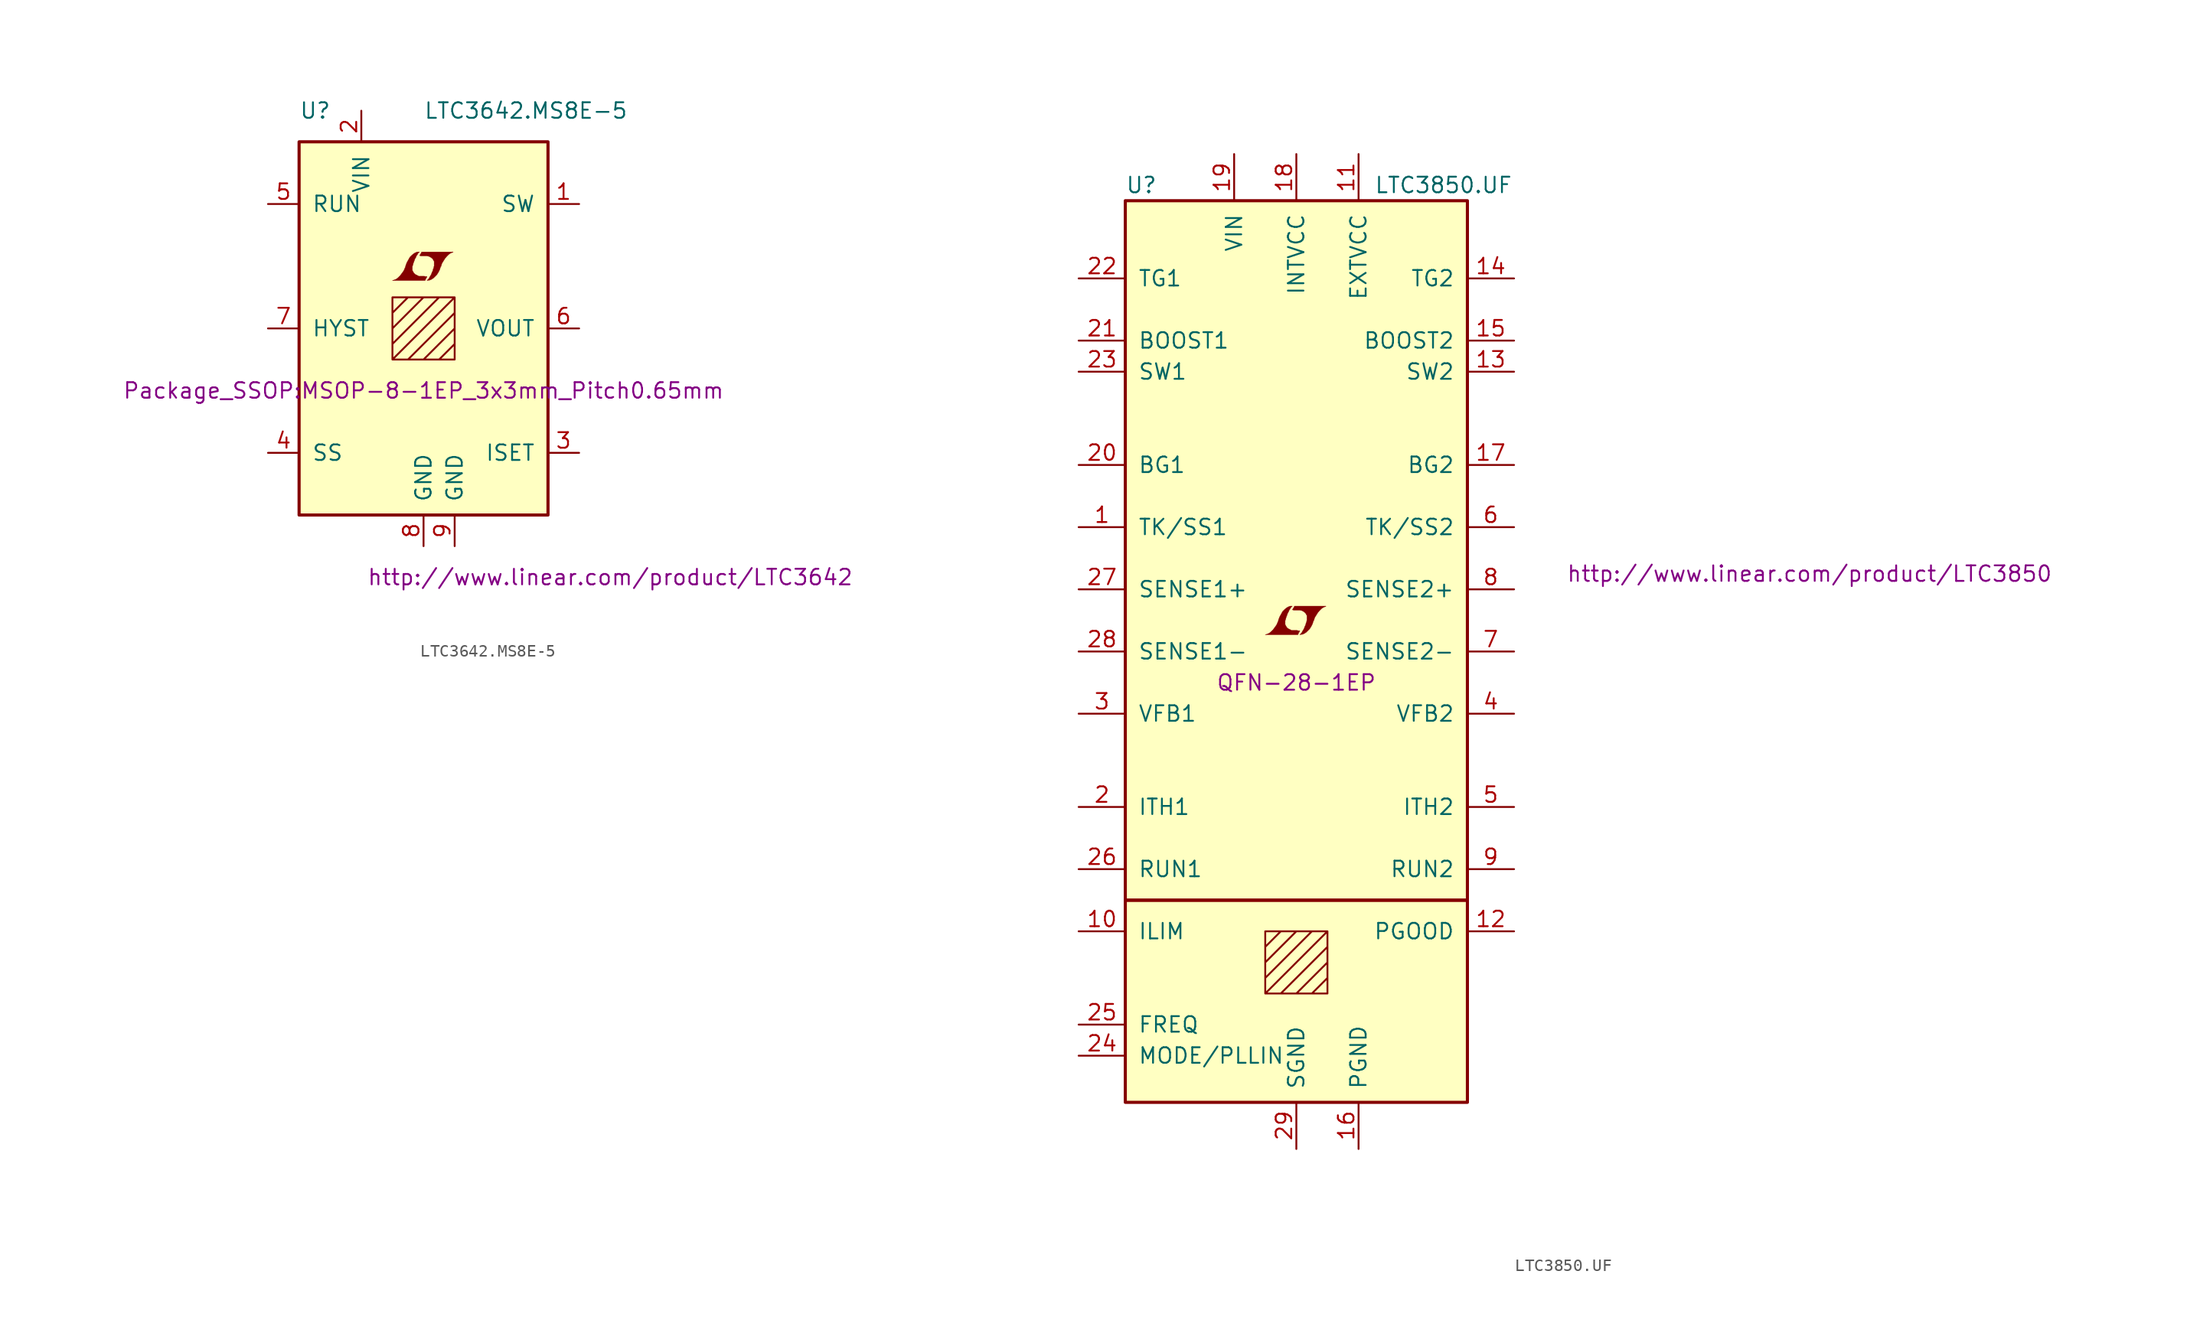
<source format=kicad_sym>
(kicad_symbol_lib
  (version 20201005)
  (generator kicad_symbol_editor)
  (symbol "LTC3642.MS8E-5"
    (pin_names
      (offset 1.016))
    (property "Reference" "U"
      (at -10.16 17.78 0)
      (effects (font (size 1.27 1.27)) (justify left)))
    (property "Value" "LTC3642.MS8E-5"
      (at 0 17.78 0)
      (effects (font (size 1.27 1.27)) (justify left)))
    (property "Footprint" "Package_SSOP:MSOP-8-1EP_3x3mm_Pitch0.65mm"
      (at 0 -5.08 0)
      (effects (font (size 1.27 1.27))))
    (property "Datasheet" "http://www.linear.com/product/LTC3642"
      (at 15.24 -20.32 0)
      (effects (font (size 1.27 1.27))))
    (symbol "LTC3642.MS8E-5_0_0"
      (polyline (pts (xy 0.203 4.089) (xy 0.229 4.115) (xy 0.279 4.216) (xy 0.279 4.242) (xy 0.152 4.242) (xy 0.051 4.267) (xy -0.406 4.267) (xy -0.432 4.293) (xy -0.686 4.42) (xy -0.787 4.521) (xy -0.864 4.648) (xy -0.914 4.75) (xy -0.914 5.055) (xy -0.864 5.207) (xy -0.838 5.309) (xy -0.813 5.385) (xy -0.762 5.512) (xy -0.711 5.664) (xy -0.635 5.791) (xy -0.584 5.918) (xy -0.508 6.02) (xy -0.457 6.121) (xy -0.33 6.248) (xy -0.508 6.248) (xy -0.635 6.198) (xy -0.737 6.147) (xy -0.813 6.096) (xy -0.94 5.994) (xy -1.118 5.817) (xy -1.372 5.359) (xy -1.473 5.08) (xy -1.473 5.029) (xy -1.524 4.928) (xy -1.575 4.801) (xy -1.626 4.699) (xy -1.753 4.521) (xy -1.905 4.318) (xy -2.057 4.166) (xy -2.21 4.039) (xy -2.388 3.962) (xy -2.54 3.912) (xy 0.127 3.912) (xy 0.203 4.089)) (stroke (width 0.025)) (fill (type outline)))
      (polyline (pts (xy 0.406 3.937) (xy 0.483 3.937) (xy 0.66 4.013) (xy 0.813 4.115) (xy 1.092 4.394) (xy 1.219 4.597) (xy 1.321 4.801) (xy 1.397 5.055) (xy 1.422 5.055) (xy 1.499 5.309) (xy 1.753 5.715) (xy 1.905 5.893) (xy 2.057 6.045) (xy 2.21 6.147) (xy 2.388 6.223) (xy 2.413 6.223) (xy 2.413 6.248) (xy -0.152 6.248) (xy -0.229 6.096) (xy -0.254 6.071) (xy -0.305 5.969) (xy -0.33 5.944) (xy -0.279 5.944) (xy -0.229 5.918) (xy 0.305 5.918) (xy 0.356 5.893) (xy 0.406 5.893) (xy 0.483 5.867) (xy 0.61 5.791) (xy 0.737 5.69) (xy 0.813 5.563) (xy 0.838 5.512) (xy 0.864 5.486) (xy 0.864 5.08) (xy 0.838 5.029) (xy 0.838 4.953) (xy 0.787 4.851) (xy 0.762 4.724) (xy 0.686 4.572) (xy 0.635 4.42) (xy 0.483 4.166) (xy 0.432 4.064) (xy 0.279 3.912) (xy 0.406 3.937)) (stroke (width 0.025)) (fill (type outline))))
    (symbol "LTC3642.MS8E-5_0_1"
      (rectangle (start -10.16 15.24) (end 10.16 -15.24) (stroke (width 0.254)) (fill (type background)))
      (polyline (pts (xy -2.54 1.27) (xy -1.27 2.54) (xy 0 2.54) (xy -2.54 0) (xy -2.54 -1.27) (xy 1.27 2.54) (xy 2.54 2.54) (xy -2.54 -2.54) (xy -1.27 -2.54) (xy 2.54 1.27) (xy 2.54 0) (xy 0 -2.54) (xy 1.27 -2.54) (xy 2.54 -1.27) (xy 2.54 -2.54) (xy -2.54 -2.54) (xy -2.54 2.54) (xy 2.54 2.54) (xy 2.54 -2.54)) (stroke (width 0)) (fill (type none))))
    (symbol "LTC3642.MS8E-5_1_1"
      (pin passive line (at 12.7 10.16 180) (length 2.54) (name "SW" (effects (font (size 1.27 1.27)))) (number "1" (effects (font (size 1.27 1.27)))))
      (pin power_in line (at -5.08 17.78 270) (length 2.54) (name "VIN" (effects (font (size 1.27 1.27)))) (number "2" (effects (font (size 1.27 1.27)))))
      (pin passive line (at 12.7 -10.16 180) (length 2.54) (name "ISET" (effects (font (size 1.27 1.27)))) (number "3" (effects (font (size 1.27 1.27)))))
      (pin passive line (at -12.7 -10.16 0) (length 2.54) (name "SS" (effects (font (size 1.27 1.27)))) (number "4" (effects (font (size 1.27 1.27)))))
      (pin input line (at -12.7 10.16 0) (length 2.54) (name "RUN" (effects (font (size 1.27 1.27)))) (number "5" (effects (font (size 1.27 1.27)))))
      (pin passive line (at 12.7 0 180) (length 2.54) (name "VOUT" (effects (font (size 1.27 1.27)))) (number "6" (effects (font (size 1.27 1.27)))))
      (pin input line (at -12.7 0 0) (length 2.54) (name "HYST" (effects (font (size 1.27 1.27)))) (number "7" (effects (font (size 1.27 1.27)))))
      (pin power_in line (at 0 -17.78 90) (length 2.54) (name "GND" (effects (font (size 1.27 1.27)))) (number "8" (effects (font (size 1.27 1.27)))))
      (pin power_in line (at 2.54 -17.78 90) (length 2.54) (name "GND" (effects (font (size 1.27 1.27)))) (number "9" (effects (font (size 1.27 1.27)))))))
  (symbol "LTC3850.UF"
    (pin_names
      (offset 1.016))
    (property "Reference" "U"
      (at -13.97 38.1 0)
      (effects (font (size 1.27 1.27)) (justify left)))
    (property "Value" "LTC3850.UF"
      (at 6.35 38.1 0)
      (effects (font (size 1.27 1.27)) (justify left)))
    (property "Footprint" "QFN-28-1EP"
      (at 0 -2.54 0)
      (effects (font (size 1.27 1.27))))
    (property "Datasheet" "http://www.linear.com/product/LTC3850"
      (at 41.91 6.35 0)
      (effects (font (size 1.27 1.27))))
    (symbol "LTC3850.UF_0_0"
      (polyline (pts (xy 0.203 1.549) (xy 0.229 1.575) (xy 0.279 1.676) (xy 0.279 1.702) (xy 0.152 1.702) (xy 0.051 1.727) (xy -0.406 1.727) (xy -0.432 1.753) (xy -0.686 1.88) (xy -0.787 1.981) (xy -0.864 2.108) (xy -0.914 2.21) (xy -0.914 2.515) (xy -0.864 2.667) (xy -0.838 2.769) (xy -0.813 2.845) (xy -0.762 2.972) (xy -0.711 3.124) (xy -0.635 3.251) (xy -0.584 3.378) (xy -0.508 3.48) (xy -0.457 3.581) (xy -0.33 3.708) (xy -0.508 3.708) (xy -0.635 3.658) (xy -0.737 3.607) (xy -0.813 3.556) (xy -0.94 3.454) (xy -1.118 3.277) (xy -1.372 2.819) (xy -1.473 2.54) (xy -1.473 2.489) (xy -1.524 2.388) (xy -1.575 2.261) (xy -1.626 2.159) (xy -1.753 1.981) (xy -1.905 1.778) (xy -2.057 1.626) (xy -2.21 1.499) (xy -2.388 1.422) (xy -2.54 1.372) (xy 0.127 1.372) (xy 0.203 1.549)) (stroke (width 0.025)) (fill (type outline)))
      (polyline (pts (xy 0.406 1.397) (xy 0.483 1.397) (xy 0.66 1.473) (xy 0.813 1.575) (xy 1.092 1.854) (xy 1.219 2.057) (xy 1.321 2.261) (xy 1.397 2.515) (xy 1.422 2.515) (xy 1.499 2.769) (xy 1.753 3.175) (xy 1.905 3.353) (xy 2.057 3.505) (xy 2.21 3.607) (xy 2.388 3.683) (xy 2.413 3.683) (xy 2.413 3.708) (xy -0.152 3.708) (xy -0.229 3.556) (xy -0.254 3.531) (xy -0.305 3.429) (xy -0.33 3.404) (xy -0.279 3.404) (xy -0.229 3.378) (xy 0.305 3.378) (xy 0.356 3.353) (xy 0.406 3.353) (xy 0.483 3.327) (xy 0.61 3.251) (xy 0.737 3.15) (xy 0.813 3.023) (xy 0.838 2.972) (xy 0.864 2.946) (xy 0.864 2.54) (xy 0.838 2.489) (xy 0.838 2.413) (xy 0.787 2.311) (xy 0.762 2.184) (xy 0.686 2.032) (xy 0.635 1.88) (xy 0.483 1.626) (xy 0.432 1.524) (xy 0.279 1.372) (xy 0.406 1.397)) (stroke (width 0.025)) (fill (type outline))))
    (symbol "LTC3850.UF_0_1"
      (rectangle (start -13.97 36.83) (end 13.97 -20.32) (stroke (width 0.254)) (fill (type background)))
      (rectangle (start 13.97 -20.32) (end -13.97 -36.83) (stroke (width 0.254)) (fill (type background)))
      (polyline (pts (xy -2.54 -24.13) (xy -1.27 -22.86) (xy 0 -22.86) (xy -2.54 -25.4) (xy -2.54 -26.67) (xy 1.27 -22.86) (xy 2.54 -22.86) (xy -2.54 -27.94) (xy -1.27 -27.94) (xy 2.54 -24.13) (xy 2.54 -25.4) (xy 0 -27.94) (xy 1.27 -27.94) (xy 2.54 -26.67) (xy 2.54 -27.94) (xy -2.54 -27.94) (xy -2.54 -22.86) (xy 2.54 -22.86) (xy 2.54 -27.94)) (stroke (width 0)) (fill (type none))))
    (symbol "LTC3850.UF_1_1"
      (pin passive line (at -17.78 10.16 0) (length 3.81) (name "TK/SS1" (effects (font (size 1.27 1.27)))) (number "1" (effects (font (size 1.27 1.27)))))
      (pin passive line (at -17.78 -22.86 0) (length 3.81) (name "ILIM" (effects (font (size 1.27 1.27)))) (number "10" (effects (font (size 1.27 1.27)))))
      (pin passive line (at 5.08 40.64 270) (length 3.81) (name "EXTVCC" (effects (font (size 1.27 1.27)))) (number "11" (effects (font (size 1.27 1.27)))))
      (pin open_collector line (at 17.78 -22.86 180) (length 3.81) (name "PGOOD" (effects (font (size 1.27 1.27)))) (number "12" (effects (font (size 1.27 1.27)))))
      (pin passive line (at 17.78 22.86 180) (length 3.81) (name "SW2" (effects (font (size 1.27 1.27)))) (number "13" (effects (font (size 1.27 1.27)))))
      (pin passive line (at 17.78 30.48 180) (length 3.81) (name "TG2" (effects (font (size 1.27 1.27)))) (number "14" (effects (font (size 1.27 1.27)))))
      (pin passive line (at 17.78 25.4 180) (length 3.81) (name "BOOST2" (effects (font (size 1.27 1.27)))) (number "15" (effects (font (size 1.27 1.27)))))
      (pin power_in line (at 5.08 -40.64 90) (length 3.81) (name "PGND" (effects (font (size 1.27 1.27)))) (number "16" (effects (font (size 1.27 1.27)))))
      (pin passive line (at 17.78 15.24 180) (length 3.81) (name "BG2" (effects (font (size 1.27 1.27)))) (number "17" (effects (font (size 1.27 1.27)))))
      (pin passive line (at 0 40.64 270) (length 3.81) (name "INTVCC" (effects (font (size 1.27 1.27)))) (number "18" (effects (font (size 1.27 1.27)))))
      (pin power_in line (at -5.08 40.64 270) (length 3.81) (name "VIN" (effects (font (size 1.27 1.27)))) (number "19" (effects (font (size 1.27 1.27)))))
      (pin passive line (at -17.78 -12.7 0) (length 3.81) (name "ITH1" (effects (font (size 1.27 1.27)))) (number "2" (effects (font (size 1.27 1.27)))))
      (pin passive line (at -17.78 15.24 0) (length 3.81) (name "BG1" (effects (font (size 1.27 1.27)))) (number "20" (effects (font (size 1.27 1.27)))))
      (pin passive line (at -17.78 25.4 0) (length 3.81) (name "BOOST1" (effects (font (size 1.27 1.27)))) (number "21" (effects (font (size 1.27 1.27)))))
      (pin passive line (at -17.78 30.48 0) (length 3.81) (name "TG1" (effects (font (size 1.27 1.27)))) (number "22" (effects (font (size 1.27 1.27)))))
      (pin passive line (at -17.78 22.86 0) (length 3.81) (name "SW1" (effects (font (size 1.27 1.27)))) (number "23" (effects (font (size 1.27 1.27)))))
      (pin input line (at -17.78 -33.02 0) (length 3.81) (name "MODE/PLLIN" (effects (font (size 1.27 1.27)))) (number "24" (effects (font (size 1.27 1.27)))))
      (pin input line (at -17.78 -30.48 0) (length 3.81) (name "FREQ" (effects (font (size 1.27 1.27)))) (number "25" (effects (font (size 1.27 1.27)))))
      (pin input line (at -17.78 -17.78 0) (length 3.81) (name "RUN1" (effects (font (size 1.27 1.27)))) (number "26" (effects (font (size 1.27 1.27)))))
      (pin passive line (at -17.78 5.08 0) (length 3.81) (name "SENSE1+" (effects (font (size 1.27 1.27)))) (number "27" (effects (font (size 1.27 1.27)))))
      (pin passive line (at -17.78 0 0) (length 3.81) (name "SENSE1-" (effects (font (size 1.27 1.27)))) (number "28" (effects (font (size 1.27 1.27)))))
      (pin power_in line (at 0 -40.64 90) (length 3.81) (name "SGND" (effects (font (size 1.27 1.27)))) (number "29" (effects (font (size 1.27 1.27)))))
      (pin passive line (at -17.78 -5.08 0) (length 3.81) (name "VFB1" (effects (font (size 1.27 1.27)))) (number "3" (effects (font (size 1.27 1.27)))))
      (pin passive line (at 17.78 -5.08 180) (length 3.81) (name "VFB2" (effects (font (size 1.27 1.27)))) (number "4" (effects (font (size 1.27 1.27)))))
      (pin passive line (at 17.78 -12.7 180) (length 3.81) (name "ITH2" (effects (font (size 1.27 1.27)))) (number "5" (effects (font (size 1.27 1.27)))))
      (pin passive line (at 17.78 10.16 180) (length 3.81) (name "TK/SS2" (effects (font (size 1.27 1.27)))) (number "6" (effects (font (size 1.27 1.27)))))
      (pin passive line (at 17.78 0 180) (length 3.81) (name "SENSE2-" (effects (font (size 1.27 1.27)))) (number "7" (effects (font (size 1.27 1.27)))))
      (pin passive line (at 17.78 5.08 180) (length 3.81) (name "SENSE2+" (effects (font (size 1.27 1.27)))) (number "8" (effects (font (size 1.27 1.27)))))
      (pin input line (at 17.78 -17.78 180) (length 3.81) (name "RUN2" (effects (font (size 1.27 1.27)))) (number "9" (effects (font (size 1.27 1.27))))))))
</source>
